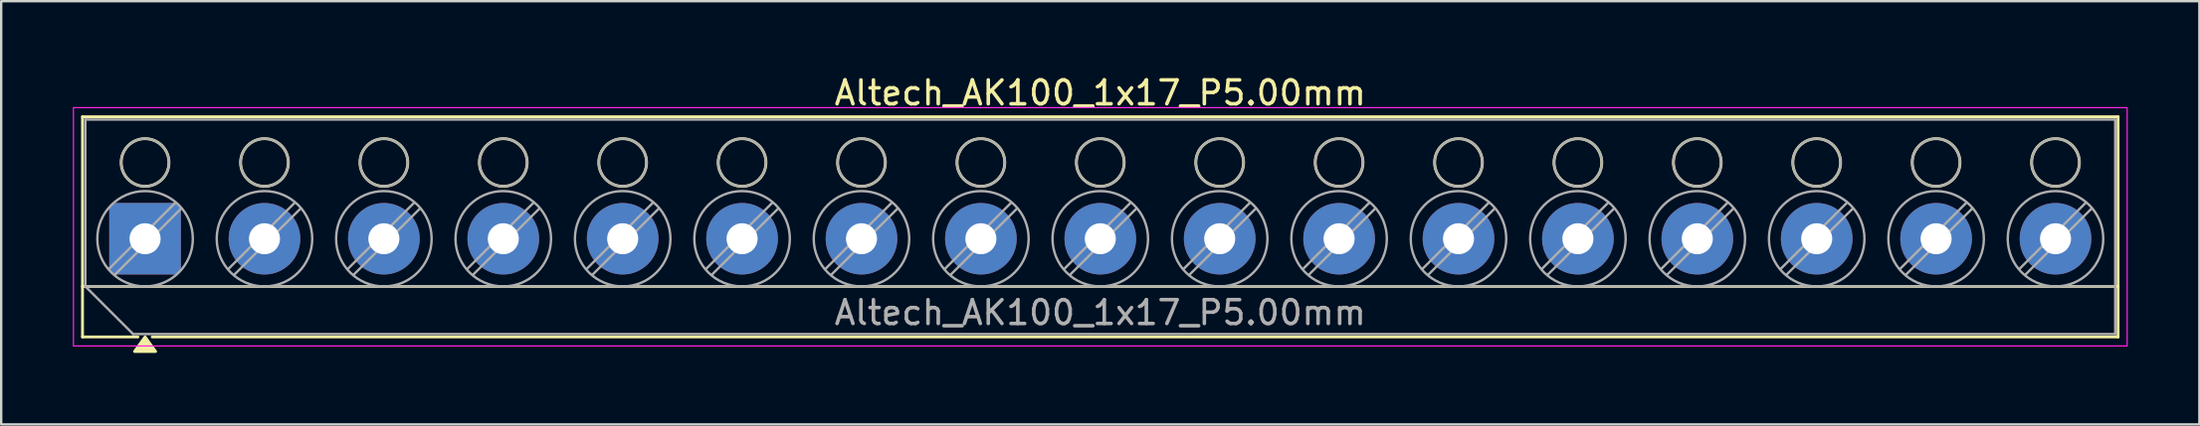
<source format=kicad_pcb>
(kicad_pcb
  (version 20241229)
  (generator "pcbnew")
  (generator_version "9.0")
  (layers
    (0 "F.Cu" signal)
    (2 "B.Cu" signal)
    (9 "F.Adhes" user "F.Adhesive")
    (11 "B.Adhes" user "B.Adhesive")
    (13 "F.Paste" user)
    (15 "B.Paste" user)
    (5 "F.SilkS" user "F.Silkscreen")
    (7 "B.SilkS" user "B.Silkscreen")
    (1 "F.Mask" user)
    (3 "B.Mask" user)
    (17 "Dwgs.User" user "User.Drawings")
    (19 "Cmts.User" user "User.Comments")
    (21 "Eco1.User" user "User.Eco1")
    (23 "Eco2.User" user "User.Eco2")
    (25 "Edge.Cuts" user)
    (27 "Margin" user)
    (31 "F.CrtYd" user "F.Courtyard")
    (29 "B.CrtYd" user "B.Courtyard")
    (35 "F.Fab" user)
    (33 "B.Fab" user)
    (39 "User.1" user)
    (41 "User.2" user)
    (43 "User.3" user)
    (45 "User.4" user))
  (footprint "Altech_AK100_1x17_P5.00mm"
    (layer "F.Cu")
    (at 3.025 6.968)
    (property "Reference" "Altech_AK100_1x17_P5.00mm" (at 40 -6.12 0) (layer "F.SilkS") (effects (font (size 1 1) (thickness 0.15))))
    (attr through_hole)
    (fp_line (start -2.62 -5.12) (end 82.62 -5.12) (stroke (width 0.12) (type solid)) (layer "F.SilkS"))
    (fp_line (start -2.62 2) (end 82.62 2) (stroke (width 0.12) (type solid)) (layer "F.SilkS"))
    (fp_line (start -2.62 4.12) (end -2.62 -5.12) (stroke (width 0.12) (type solid)) (layer "F.SilkS"))
    (fp_line (start -0.3 4.12) (end -2.62 4.12) (stroke (width 0.12) (type solid)) (layer "F.SilkS"))
    (fp_line (start 82.62 -5.12) (end 82.62 4.12) (stroke (width 0.12) (type solid)) (layer "F.SilkS"))
    (fp_line (start 82.62 4.12) (end 0.3 4.12) (stroke (width 0.12) (type solid)) (layer "F.SilkS"))
    (fp_circle (center 0 -3.2) (end 1 -3.2) (stroke (width 0.12) (type solid)) (fill no) (layer "F.SilkS"))
    (fp_circle (center 5 -3.2) (end 6 -3.2) (stroke (width 0.12) (type solid)) (fill no) (layer "F.SilkS"))
    (fp_circle (center 10 -3.2) (end 11 -3.2) (stroke (width 0.12) (type solid)) (fill no) (layer "F.SilkS"))
    (fp_circle (center 15 -3.2) (end 16 -3.2) (stroke (width 0.12) (type solid)) (fill no) (layer "F.SilkS"))
    (fp_circle (center 20 -3.2) (end 21 -3.2) (stroke (width 0.12) (type solid)) (fill no) (layer "F.SilkS"))
    (fp_circle (center 25 -3.2) (end 26 -3.2) (stroke (width 0.12) (type solid)) (fill no) (layer "F.SilkS"))
    (fp_circle (center 30 -3.2) (end 31 -3.2) (stroke (width 0.12) (type solid)) (fill no) (layer "F.SilkS"))
    (fp_circle (center 35 -3.2) (end 36 -3.2) (stroke (width 0.12) (type solid)) (fill no) (layer "F.SilkS"))
    (fp_circle (center 40 -3.2) (end 41 -3.2) (stroke (width 0.12) (type solid)) (fill no) (layer "F.SilkS"))
    (fp_circle (center 45 -3.2) (end 46 -3.2) (stroke (width 0.12) (type solid)) (fill no) (layer "F.SilkS"))
    (fp_circle (center 50 -3.2) (end 51 -3.2) (stroke (width 0.12) (type solid)) (fill no) (layer "F.SilkS"))
    (fp_circle (center 55 -3.2) (end 56 -3.2) (stroke (width 0.12) (type solid)) (fill no) (layer "F.SilkS"))
    (fp_circle (center 60 -3.2) (end 61 -3.2) (stroke (width 0.12) (type solid)) (fill no) (layer "F.SilkS"))
    (fp_circle (center 65 -3.2) (end 66 -3.2) (stroke (width 0.12) (type solid)) (fill no) (layer "F.SilkS"))
    (fp_circle (center 70 -3.2) (end 71 -3.2) (stroke (width 0.12) (type solid)) (fill no) (layer "F.SilkS"))
    (fp_circle (center 75 -3.2) (end 76 -3.2) (stroke (width 0.12) (type solid)) (fill no) (layer "F.SilkS"))
    (fp_circle (center 80 -3.2) (end 81 -3.2) (stroke (width 0.12) (type solid)) (fill no) (layer "F.SilkS"))
    (fp_poly (pts (xy 0 4.12) (xy 0.44 4.73) (xy -0.44 4.73)) (stroke (width 0.12) (type solid)) (fill yes) (layer "F.SilkS"))
    (fp_rect (start -3 -5.5) (end 83 4.5) (stroke (width 0.05) (type solid)) (fill no) (layer "F.CrtYd"))
    (fp_line (start -2.5 -5) (end 82.5 -5) (stroke (width 0.1) (type solid)) (layer "F.Fab"))
    (fp_line (start -2.5 2) (end -2.5 -5) (stroke (width 0.1) (type solid)) (layer "F.Fab"))
    (fp_line (start -2.5 2) (end 82.5 2) (stroke (width 0.1) (type solid)) (layer "F.Fab"))
    (fp_line (start -0.5 4) (end -2.5 2) (stroke (width 0.1) (type solid)) (layer "F.Fab"))
    (fp_line (start 1.273 -1.517) (end -1.517 1.273) (stroke (width 0.1) (type solid)) (layer "F.Fab"))
    (fp_line (start 1.517 -1.273) (end -1.273 1.517) (stroke (width 0.1) (type solid)) (layer "F.Fab"))
    (fp_line (start 6.273 -1.517) (end 3.483 1.273) (stroke (width 0.1) (type solid)) (layer "F.Fab"))
    (fp_line (start 6.517 -1.273) (end 3.727 1.517) (stroke (width 0.1) (type solid)) (layer "F.Fab"))
    (fp_line (start 11.273 -1.517) (end 8.483 1.273) (stroke (width 0.1) (type solid)) (layer "F.Fab"))
    (fp_line (start 11.517 -1.273) (end 8.727 1.517) (stroke (width 0.1) (type solid)) (layer "F.Fab"))
    (fp_line (start 16.273 -1.517) (end 13.483 1.273) (stroke (width 0.1) (type solid)) (layer "F.Fab"))
    (fp_line (start 16.517 -1.273) (end 13.727 1.517) (stroke (width 0.1) (type solid)) (layer "F.Fab"))
    (fp_line (start 21.273 -1.517) (end 18.483 1.273) (stroke (width 0.1) (type solid)) (layer "F.Fab"))
    (fp_line (start 21.517 -1.273) (end 18.727 1.517) (stroke (width 0.1) (type solid)) (layer "F.Fab"))
    (fp_line (start 26.273 -1.517) (end 23.483 1.273) (stroke (width 0.1) (type solid)) (layer "F.Fab"))
    (fp_line (start 26.517 -1.273) (end 23.727 1.517) (stroke (width 0.1) (type solid)) (layer "F.Fab"))
    (fp_line (start 31.273 -1.517) (end 28.483 1.273) (stroke (width 0.1) (type solid)) (layer "F.Fab"))
    (fp_line (start 31.517 -1.273) (end 28.727 1.517) (stroke (width 0.1) (type solid)) (layer "F.Fab"))
    (fp_line (start 36.273 -1.517) (end 33.483 1.273) (stroke (width 0.1) (type solid)) (layer "F.Fab"))
    (fp_line (start 36.517 -1.273) (end 33.727 1.517) (stroke (width 0.1) (type solid)) (layer "F.Fab"))
    (fp_line (start 41.273 -1.517) (end 38.483 1.273) (stroke (width 0.1) (type solid)) (layer "F.Fab"))
    (fp_line (start 41.517 -1.273) (end 38.727 1.517) (stroke (width 0.1) (type solid)) (layer "F.Fab"))
    (fp_line (start 46.273 -1.517) (end 43.483 1.273) (stroke (width 0.1) (type solid)) (layer "F.Fab"))
    (fp_line (start 46.517 -1.273) (end 43.727 1.517) (stroke (width 0.1) (type solid)) (layer "F.Fab"))
    (fp_line (start 51.273 -1.517) (end 48.483 1.273) (stroke (width 0.1) (type solid)) (layer "F.Fab"))
    (fp_line (start 51.517 -1.273) (end 48.727 1.517) (stroke (width 0.1) (type solid)) (layer "F.Fab"))
    (fp_line (start 56.273 -1.517) (end 53.483 1.273) (stroke (width 0.1) (type solid)) (layer "F.Fab"))
    (fp_line (start 56.517 -1.273) (end 53.727 1.517) (stroke (width 0.1) (type solid)) (layer "F.Fab"))
    (fp_line (start 61.273 -1.517) (end 58.483 1.273) (stroke (width 0.1) (type solid)) (layer "F.Fab"))
    (fp_line (start 61.517 -1.273) (end 58.727 1.517) (stroke (width 0.1) (type solid)) (layer "F.Fab"))
    (fp_line (start 66.273 -1.517) (end 63.483 1.273) (stroke (width 0.1) (type solid)) (layer "F.Fab"))
    (fp_line (start 66.517 -1.273) (end 63.727 1.517) (stroke (width 0.1) (type solid)) (layer "F.Fab"))
    (fp_line (start 71.273 -1.517) (end 68.483 1.273) (stroke (width 0.1) (type solid)) (layer "F.Fab"))
    (fp_line (start 71.517 -1.273) (end 68.727 1.517) (stroke (width 0.1) (type solid)) (layer "F.Fab"))
    (fp_line (start 76.273 -1.517) (end 73.483 1.273) (stroke (width 0.1) (type solid)) (layer "F.Fab"))
    (fp_line (start 76.517 -1.273) (end 73.727 1.517) (stroke (width 0.1) (type solid)) (layer "F.Fab"))
    (fp_line (start 81.273 -1.517) (end 78.483 1.273) (stroke (width 0.1) (type solid)) (layer "F.Fab"))
    (fp_line (start 81.517 -1.273) (end 78.727 1.517) (stroke (width 0.1) (type solid)) (layer "F.Fab"))
    (fp_line (start 82.5 -5) (end 82.5 4) (stroke (width 0.1) (type solid)) (layer "F.Fab"))
    (fp_line (start 82.5 4) (end -0.5 4) (stroke (width 0.1) (type solid)) (layer "F.Fab"))
    (fp_circle (center 0 -3.2) (end 1 -3.2) (stroke (width 0.1) (type solid)) (fill no) (layer "F.Fab"))
    (fp_circle (center 0 0) (end 2 0) (stroke (width 0.1) (type solid)) (fill no) (layer "F.Fab"))
    (fp_circle (center 5 -3.2) (end 6 -3.2) (stroke (width 0.1) (type solid)) (fill no) (layer "F.Fab"))
    (fp_circle (center 5 0) (end 7 0) (stroke (width 0.1) (type solid)) (fill no) (layer "F.Fab"))
    (fp_circle (center 10 -3.2) (end 11 -3.2) (stroke (width 0.1) (type solid)) (fill no) (layer "F.Fab"))
    (fp_circle (center 10 0) (end 12 0) (stroke (width 0.1) (type solid)) (fill no) (layer "F.Fab"))
    (fp_circle (center 15 -3.2) (end 16 -3.2) (stroke (width 0.1) (type solid)) (fill no) (layer "F.Fab"))
    (fp_circle (center 15 0) (end 17 0) (stroke (width 0.1) (type solid)) (fill no) (layer "F.Fab"))
    (fp_circle (center 20 -3.2) (end 21 -3.2) (stroke (width 0.1) (type solid)) (fill no) (layer "F.Fab"))
    (fp_circle (center 20 0) (end 22 0) (stroke (width 0.1) (type solid)) (fill no) (layer "F.Fab"))
    (fp_circle (center 25 -3.2) (end 26 -3.2) (stroke (width 0.1) (type solid)) (fill no) (layer "F.Fab"))
    (fp_circle (center 25 0) (end 27 0) (stroke (width 0.1) (type solid)) (fill no) (layer "F.Fab"))
    (fp_circle (center 30 -3.2) (end 31 -3.2) (stroke (width 0.1) (type solid)) (fill no) (layer "F.Fab"))
    (fp_circle (center 30 0) (end 32 0) (stroke (width 0.1) (type solid)) (fill no) (layer "F.Fab"))
    (fp_circle (center 35 -3.2) (end 36 -3.2) (stroke (width 0.1) (type solid)) (fill no) (layer "F.Fab"))
    (fp_circle (center 35 0) (end 37 0) (stroke (width 0.1) (type solid)) (fill no) (layer "F.Fab"))
    (fp_circle (center 40 -3.2) (end 41 -3.2) (stroke (width 0.1) (type solid)) (fill no) (layer "F.Fab"))
    (fp_circle (center 40 0) (end 42 0) (stroke (width 0.1) (type solid)) (fill no) (layer "F.Fab"))
    (fp_circle (center 45 -3.2) (end 46 -3.2) (stroke (width 0.1) (type solid)) (fill no) (layer "F.Fab"))
    (fp_circle (center 45 0) (end 47 0) (stroke (width 0.1) (type solid)) (fill no) (layer "F.Fab"))
    (fp_circle (center 50 -3.2) (end 51 -3.2) (stroke (width 0.1) (type solid)) (fill no) (layer "F.Fab"))
    (fp_circle (center 50 0) (end 52 0) (stroke (width 0.1) (type solid)) (fill no) (layer "F.Fab"))
    (fp_circle (center 55 -3.2) (end 56 -3.2) (stroke (width 0.1) (type solid)) (fill no) (layer "F.Fab"))
    (fp_circle (center 55 0) (end 57 0) (stroke (width 0.1) (type solid)) (fill no) (layer "F.Fab"))
    (fp_circle (center 60 -3.2) (end 61 -3.2) (stroke (width 0.1) (type solid)) (fill no) (layer "F.Fab"))
    (fp_circle (center 60 0) (end 62 0) (stroke (width 0.1) (type solid)) (fill no) (layer "F.Fab"))
    (fp_circle (center 65 -3.2) (end 66 -3.2) (stroke (width 0.1) (type solid)) (fill no) (layer "F.Fab"))
    (fp_circle (center 65 0) (end 67 0) (stroke (width 0.1) (type solid)) (fill no) (layer "F.Fab"))
    (fp_circle (center 70 -3.2) (end 71 -3.2) (stroke (width 0.1) (type solid)) (fill no) (layer "F.Fab"))
    (fp_circle (center 70 0) (end 72 0) (stroke (width 0.1) (type solid)) (fill no) (layer "F.Fab"))
    (fp_circle (center 75 -3.2) (end 76 -3.2) (stroke (width 0.1) (type solid)) (fill no) (layer "F.Fab"))
    (fp_circle (center 75 0) (end 77 0) (stroke (width 0.1) (type solid)) (fill no) (layer "F.Fab"))
    (fp_circle (center 80 -3.2) (end 81 -3.2) (stroke (width 0.1) (type solid)) (fill no) (layer "F.Fab"))
    (fp_circle (center 80 0) (end 82 0) (stroke (width 0.1) (type solid)) (fill no) (layer "F.Fab"))
    (fp_text user "${REFERENCE}" (at 40 3.1 0) (layer "F.Fab") (effects (font (size 1 1) (thickness 0.15))))
    (pad "1" thru_hole roundrect (at 0 0) (size 3 3) (drill 1.3) (layers "*.Cu" "*.Mask") (roundrect_rratio 0.083))
    (pad "2" thru_hole circle (at 5 0) (size 3 3) (drill 1.3) (layers "*.Cu" "*.Mask"))
    (pad "3" thru_hole circle (at 10 0) (size 3 3) (drill 1.3) (layers "*.Cu" "*.Mask"))
    (pad "4" thru_hole circle (at 15 0) (size 3 3) (drill 1.3) (layers "*.Cu" "*.Mask"))
    (pad "5" thru_hole circle (at 20 0) (size 3 3) (drill 1.3) (layers "*.Cu" "*.Mask"))
    (pad "6" thru_hole circle (at 25 0) (size 3 3) (drill 1.3) (layers "*.Cu" "*.Mask"))
    (pad "7" thru_hole circle (at 30 0) (size 3 3) (drill 1.3) (layers "*.Cu" "*.Mask"))
    (pad "8" thru_hole circle (at 35 0) (size 3 3) (drill 1.3) (layers "*.Cu" "*.Mask"))
    (pad "9" thru_hole circle (at 40 0) (size 3 3) (drill 1.3) (layers "*.Cu" "*.Mask"))
    (pad "10" thru_hole circle (at 45 0) (size 3 3) (drill 1.3) (layers "*.Cu" "*.Mask"))
    (pad "11" thru_hole circle (at 50 0) (size 3 3) (drill 1.3) (layers "*.Cu" "*.Mask"))
    (pad "12" thru_hole circle (at 55 0) (size 3 3) (drill 1.3) (layers "*.Cu" "*.Mask"))
    (pad "13" thru_hole circle (at 60 0) (size 3 3) (drill 1.3) (layers "*.Cu" "*.Mask"))
    (pad "14" thru_hole circle (at 65 0) (size 3 3) (drill 1.3) (layers "*.Cu" "*.Mask"))
    (pad "15" thru_hole circle (at 70 0) (size 3 3) (drill 1.3) (layers "*.Cu" "*.Mask"))
    (pad "16" thru_hole circle (at 75 0) (size 3 3) (drill 1.3) (layers "*.Cu" "*.Mask"))
    (pad "17" thru_hole circle (at 80 0) (size 3 3) (drill 1.3) (layers "*.Cu" "*.Mask")))
  (gr_rect
    (start -3 -3)
    (end 89.05 14.758)
    (stroke (width 0.1) (type default))
    (fill no)
    (layer "Edge.Cuts")))
</source>
